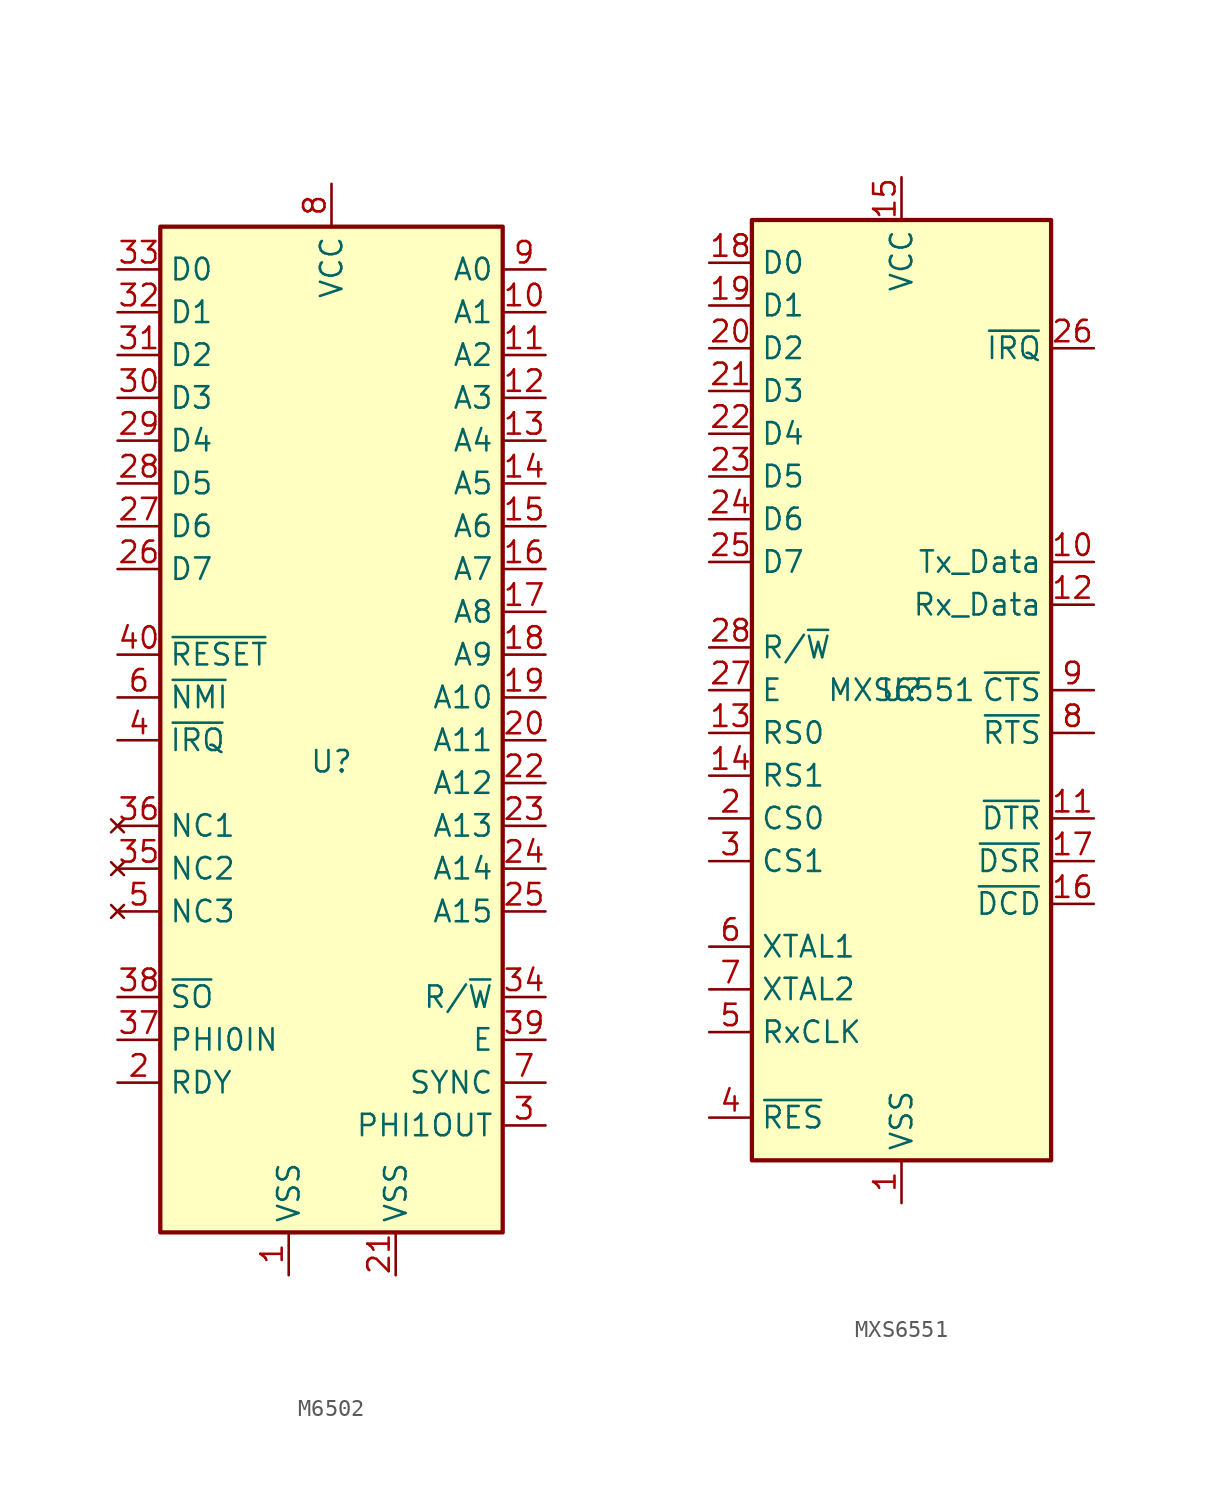
<source format=kicad_sym>
(kicad_symbol_lib
  (version 20231120)
  (generator "kicad_symbol_editor")
  (generator_version "8.0")
  (symbol "M6502"
    (property "Reference" "U"
      (at 0 0 0)
      (effects (font (size 1.27 1.27))))
    (property "Value" ""
      (at 0 0 0)
      (effects (font (size 1.27 1.27))))
    (symbol "M6502_0_1"
      (rectangle (start -10.16 31.75) (end 10.16 -27.94) (stroke (width 0.254) (type default)) (fill (type background))))
    (symbol "M6502_1_1"
      (pin power_in line (at -2.54 -30.48 90) (length 2.54) (name "VSS" (effects (font (size 1.27 1.27)))) (number "1" (effects (font (size 1.27 1.27)))))
      (pin output line (at 12.7 26.67 180) (length 2.54) (name "A1" (effects (font (size 1.27 1.27)))) (number "10" (effects (font (size 1.27 1.27)))))
      (pin output line (at 12.7 24.13 180) (length 2.54) (name "A2" (effects (font (size 1.27 1.27)))) (number "11" (effects (font (size 1.27 1.27)))))
      (pin output line (at 12.7 21.59 180) (length 2.54) (name "A3" (effects (font (size 1.27 1.27)))) (number "12" (effects (font (size 1.27 1.27)))))
      (pin output line (at 12.7 19.05 180) (length 2.54) (name "A4" (effects (font (size 1.27 1.27)))) (number "13" (effects (font (size 1.27 1.27)))))
      (pin output line (at 12.7 16.51 180) (length 2.54) (name "A5" (effects (font (size 1.27 1.27)))) (number "14" (effects (font (size 1.27 1.27)))))
      (pin output line (at 12.7 13.97 180) (length 2.54) (name "A6" (effects (font (size 1.27 1.27)))) (number "15" (effects (font (size 1.27 1.27)))))
      (pin output line (at 12.7 11.43 180) (length 2.54) (name "A7" (effects (font (size 1.27 1.27)))) (number "16" (effects (font (size 1.27 1.27)))))
      (pin output line (at 12.7 8.89 180) (length 2.54) (name "A8" (effects (font (size 1.27 1.27)))) (number "17" (effects (font (size 1.27 1.27)))))
      (pin output line (at 12.7 6.35 180) (length 2.54) (name "A9" (effects (font (size 1.27 1.27)))) (number "18" (effects (font (size 1.27 1.27)))))
      (pin output line (at 12.7 3.81 180) (length 2.54) (name "A10" (effects (font (size 1.27 1.27)))) (number "19" (effects (font (size 1.27 1.27)))))
      (pin input line (at -12.7 -19.05 0) (length 2.54) (name "RDY" (effects (font (size 1.27 1.27)))) (number "2" (effects (font (size 1.27 1.27)))))
      (pin output line (at 12.7 1.27 180) (length 2.54) (name "A11" (effects (font (size 1.27 1.27)))) (number "20" (effects (font (size 1.27 1.27)))))
      (pin power_in line (at 3.81 -30.48 90) (length 2.54) (name "VSS" (effects (font (size 1.27 1.27)))) (number "21" (effects (font (size 1.27 1.27)))))
      (pin output line (at 12.7 -1.27 180) (length 2.54) (name "A12" (effects (font (size 1.27 1.27)))) (number "22" (effects (font (size 1.27 1.27)))))
      (pin output line (at 12.7 -3.81 180) (length 2.54) (name "A13" (effects (font (size 1.27 1.27)))) (number "23" (effects (font (size 1.27 1.27)))))
      (pin output line (at 12.7 -6.35 180) (length 2.54) (name "A14" (effects (font (size 1.27 1.27)))) (number "24" (effects (font (size 1.27 1.27)))))
      (pin output line (at 12.7 -8.89 180) (length 2.54) (name "A15" (effects (font (size 1.27 1.27)))) (number "25" (effects (font (size 1.27 1.27)))))
      (pin bidirectional line (at -12.7 11.43 0) (length 2.54) (name "D7" (effects (font (size 1.27 1.27)))) (number "26" (effects (font (size 1.27 1.27)))))
      (pin bidirectional line (at -12.7 13.97 0) (length 2.54) (name "D6" (effects (font (size 1.27 1.27)))) (number "27" (effects (font (size 1.27 1.27)))))
      (pin bidirectional line (at -12.7 16.51 0) (length 2.54) (name "D5" (effects (font (size 1.27 1.27)))) (number "28" (effects (font (size 1.27 1.27)))))
      (pin bidirectional line (at -12.7 19.05 0) (length 2.54) (name "D4" (effects (font (size 1.27 1.27)))) (number "29" (effects (font (size 1.27 1.27)))))
      (pin output line (at 12.7 -21.59 180) (length 2.54) (name "PHI1OUT" (effects (font (size 1.27 1.27)))) (number "3" (effects (font (size 1.27 1.27)))))
      (pin bidirectional line (at -12.7 21.59 0) (length 2.54) (name "D3" (effects (font (size 1.27 1.27)))) (number "30" (effects (font (size 1.27 1.27)))))
      (pin bidirectional line (at -12.7 24.13 0) (length 2.54) (name "D2" (effects (font (size 1.27 1.27)))) (number "31" (effects (font (size 1.27 1.27)))))
      (pin bidirectional line (at -12.7 26.67 0) (length 2.54) (name "D1" (effects (font (size 1.27 1.27)))) (number "32" (effects (font (size 1.27 1.27)))))
      (pin bidirectional line (at -12.7 29.21 0) (length 2.54) (name "D0" (effects (font (size 1.27 1.27)))) (number "33" (effects (font (size 1.27 1.27)))))
      (pin output line (at 12.7 -13.97 180) (length 2.54) (name "R/~{W}" (effects (font (size 1.27 1.27)))) (number "34" (effects (font (size 1.27 1.27)))))
      (pin no_connect line (at -12.7 -6.35 0) (length 2.54) (name "NC2" (effects (font (size 1.27 1.27)))) (number "35" (effects (font (size 1.27 1.27)))))
      (pin no_connect line (at -12.7 -3.81 0) (length 2.54) (name "NC1" (effects (font (size 1.27 1.27)))) (number "36" (effects (font (size 1.27 1.27)))))
      (pin input line (at -12.7 -16.51 0) (length 2.54) (name "PHI0IN" (effects (font (size 1.27 1.27)))) (number "37" (effects (font (size 1.27 1.27)))))
      (pin input line (at -12.7 -13.97 0) (length 2.54) (name "~{SO}" (effects (font (size 1.27 1.27)))) (number "38" (effects (font (size 1.27 1.27)))))
      (pin output line (at 12.7 -16.51 180) (length 2.54) (name "E" (effects (font (size 1.27 1.27)))) (number "39" (effects (font (size 1.27 1.27)))))
      (pin input line (at -12.7 1.27 0) (length 2.54) (name "~{IRQ}" (effects (font (size 1.27 1.27)))) (number "4" (effects (font (size 1.27 1.27)))))
      (pin input line (at -12.7 6.35 0) (length 2.54) (name "~{RESET}" (effects (font (size 1.27 1.27)))) (number "40" (effects (font (size 1.27 1.27)))))
      (pin no_connect line (at -12.7 -8.89 0) (length 2.54) (name "NC3" (effects (font (size 1.27 1.27)))) (number "5" (effects (font (size 1.27 1.27)))))
      (pin input line (at -12.7 3.81 0) (length 2.54) (name "~{NMI}" (effects (font (size 1.27 1.27)))) (number "6" (effects (font (size 1.27 1.27)))))
      (pin output line (at 12.7 -19.05 180) (length 2.54) (name "SYNC" (effects (font (size 1.27 1.27)))) (number "7" (effects (font (size 1.27 1.27)))))
      (pin power_in line (at 0 34.29 270) (length 2.54) (name "VCC" (effects (font (size 1.27 1.27)))) (number "8" (effects (font (size 1.27 1.27)))))
      (pin output line (at 12.7 29.21 180) (length 2.54) (name "A0" (effects (font (size 1.27 1.27)))) (number "9" (effects (font (size 1.27 1.27)))))))
  (symbol "MXS6551"
    (property "Reference" "U"
      (at 0 0 0)
      (effects (font (size 1.27 1.27))))
    (property "Value" "MXS6551"
      (at 0 0 0)
      (effects (font (size 1.27 1.27))))
    (symbol "MXS6551_1_1"
      (rectangle (start -8.89 27.94) (end 8.89 -27.94) (stroke (width 0.254) (type default)) (fill (type background)))
      (pin power_in line (at 0 -30.48 90) (length 2.54) (name "VSS" (effects (font (size 1.27 1.27)))) (number "1" (effects (font (size 1.27 1.27)))))
      (pin output line (at 11.43 7.62 180) (length 2.54) (name "Tx_Data" (effects (font (size 1.27 1.27)))) (number "10" (effects (font (size 1.27 1.27)))))
      (pin output line (at 11.43 -7.62 180) (length 2.54) (name "~{DTR}" (effects (font (size 1.27 1.27)))) (number "11" (effects (font (size 1.27 1.27)))))
      (pin input line (at 11.43 5.08 180) (length 2.54) (name "Rx_Data" (effects (font (size 1.27 1.27)))) (number "12" (effects (font (size 1.27 1.27)))))
      (pin input line (at -11.43 -2.54 0) (length 2.54) (name "RS0" (effects (font (size 1.27 1.27)))) (number "13" (effects (font (size 1.27 1.27)))))
      (pin input line (at -11.43 -5.08 0) (length 2.54) (name "RS1" (effects (font (size 1.27 1.27)))) (number "14" (effects (font (size 1.27 1.27)))))
      (pin power_in line (at 0 30.48 270) (length 2.54) (name "VCC" (effects (font (size 1.27 1.27)))) (number "15" (effects (font (size 1.27 1.27)))))
      (pin input line (at 11.43 -12.7 180) (length 2.54) (name "~{DCD}" (effects (font (size 1.27 1.27)))) (number "16" (effects (font (size 1.27 1.27)))))
      (pin input line (at 11.43 -10.16 180) (length 2.54) (name "~{DSR}" (effects (font (size 1.27 1.27)))) (number "17" (effects (font (size 1.27 1.27)))))
      (pin bidirectional line (at -11.43 25.4 0) (length 2.54) (name "D0" (effects (font (size 1.27 1.27)))) (number "18" (effects (font (size 1.27 1.27)))))
      (pin bidirectional line (at -11.43 22.86 0) (length 2.54) (name "D1" (effects (font (size 1.27 1.27)))) (number "19" (effects (font (size 1.27 1.27)))))
      (pin input line (at -11.43 -7.62 0) (length 2.54) (name "CS0" (effects (font (size 1.27 1.27)))) (number "2" (effects (font (size 1.27 1.27)))))
      (pin bidirectional line (at -11.43 20.32 0) (length 2.54) (name "D2" (effects (font (size 1.27 1.27)))) (number "20" (effects (font (size 1.27 1.27)))))
      (pin bidirectional line (at -11.43 17.78 0) (length 2.54) (name "D3" (effects (font (size 1.27 1.27)))) (number "21" (effects (font (size 1.27 1.27)))))
      (pin bidirectional line (at -11.43 15.24 0) (length 2.54) (name "D4" (effects (font (size 1.27 1.27)))) (number "22" (effects (font (size 1.27 1.27)))))
      (pin bidirectional line (at -11.43 12.7 0) (length 2.54) (name "D5" (effects (font (size 1.27 1.27)))) (number "23" (effects (font (size 1.27 1.27)))))
      (pin bidirectional line (at -11.43 10.16 0) (length 2.54) (name "D6" (effects (font (size 1.27 1.27)))) (number "24" (effects (font (size 1.27 1.27)))))
      (pin bidirectional line (at -11.43 7.62 0) (length 2.54) (name "D7" (effects (font (size 1.27 1.27)))) (number "25" (effects (font (size 1.27 1.27)))))
      (pin open_collector line (at 11.43 20.32 180) (length 2.54) (name "~{IRQ}" (effects (font (size 1.27 1.27)))) (number "26" (effects (font (size 1.27 1.27)))))
      (pin input line (at -11.43 0 0) (length 2.54) (name "E" (effects (font (size 1.27 1.27)))) (number "27" (effects (font (size 1.27 1.27)))))
      (pin input line (at -11.43 2.54 0) (length 2.54) (name "R/~{W}" (effects (font (size 1.27 1.27)))) (number "28" (effects (font (size 1.27 1.27)))))
      (pin input line (at -11.43 -10.16 0) (length 2.54) (name "CS1" (effects (font (size 1.27 1.27)))) (number "3" (effects (font (size 1.27 1.27)))))
      (pin input line (at -11.43 -25.4 0) (length 2.54) (name "~{RES}" (effects (font (size 1.27 1.27)))) (number "4" (effects (font (size 1.27 1.27)))))
      (pin bidirectional line (at -11.43 -20.32 0) (length 2.54) (name "RxCLK" (effects (font (size 1.27 1.27)))) (number "5" (effects (font (size 1.27 1.27)))))
      (pin passive line (at -11.43 -15.24 0) (length 2.54) (name "XTAL1" (effects (font (size 1.27 1.27)))) (number "6" (effects (font (size 1.27 1.27)))))
      (pin passive line (at -11.43 -17.78 0) (length 2.54) (name "XTAL2" (effects (font (size 1.27 1.27)))) (number "7" (effects (font (size 1.27 1.27)))))
      (pin output line (at 11.43 -2.54 180) (length 2.54) (name "~{RTS}" (effects (font (size 1.27 1.27)))) (number "8" (effects (font (size 1.27 1.27)))))
      (pin input line (at 11.43 0 180) (length 2.54) (name "~{CTS}" (effects (font (size 1.27 1.27)))) (number "9" (effects (font (size 1.27 1.27))))))))
</source>
